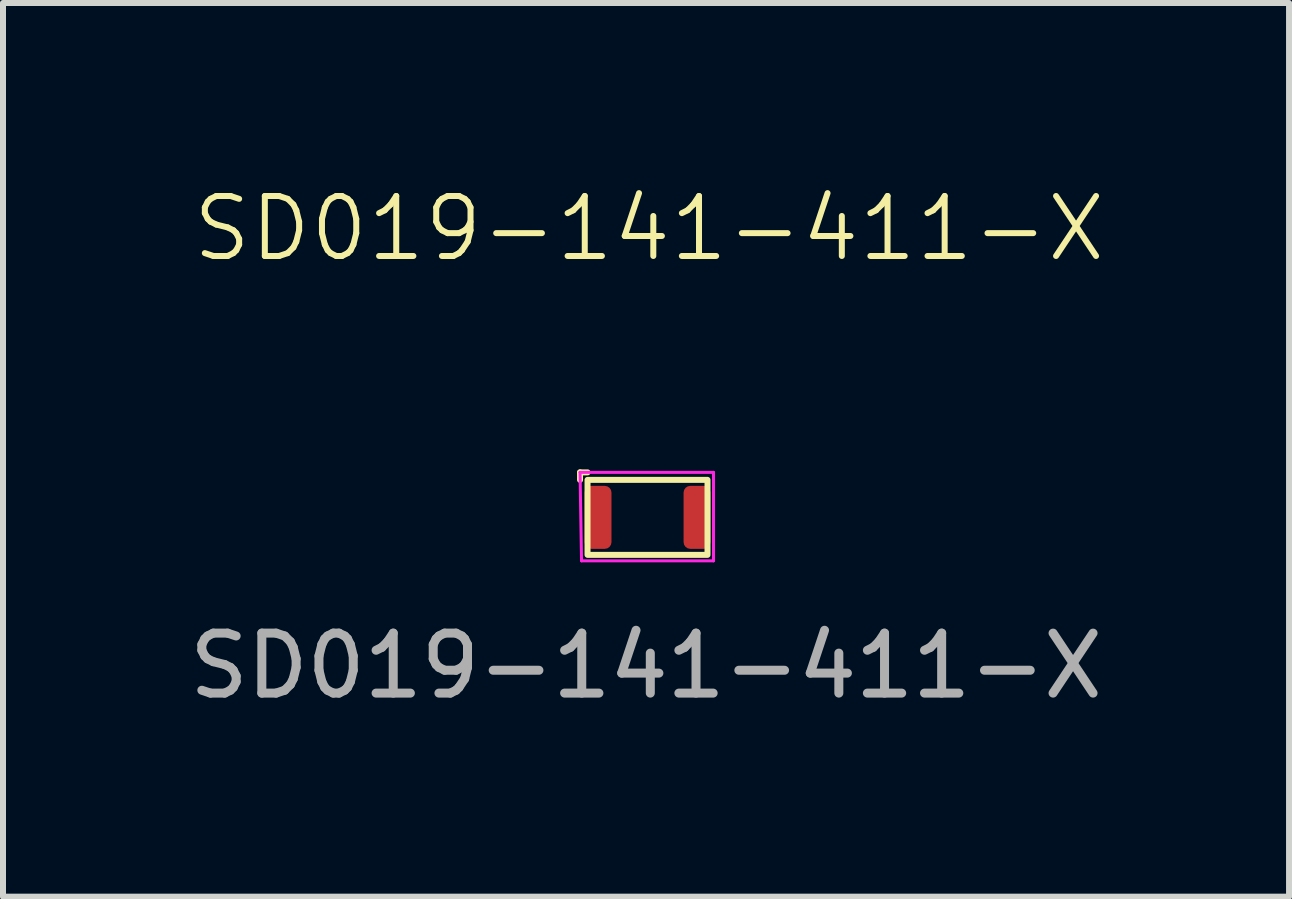
<source format=kicad_pcb>
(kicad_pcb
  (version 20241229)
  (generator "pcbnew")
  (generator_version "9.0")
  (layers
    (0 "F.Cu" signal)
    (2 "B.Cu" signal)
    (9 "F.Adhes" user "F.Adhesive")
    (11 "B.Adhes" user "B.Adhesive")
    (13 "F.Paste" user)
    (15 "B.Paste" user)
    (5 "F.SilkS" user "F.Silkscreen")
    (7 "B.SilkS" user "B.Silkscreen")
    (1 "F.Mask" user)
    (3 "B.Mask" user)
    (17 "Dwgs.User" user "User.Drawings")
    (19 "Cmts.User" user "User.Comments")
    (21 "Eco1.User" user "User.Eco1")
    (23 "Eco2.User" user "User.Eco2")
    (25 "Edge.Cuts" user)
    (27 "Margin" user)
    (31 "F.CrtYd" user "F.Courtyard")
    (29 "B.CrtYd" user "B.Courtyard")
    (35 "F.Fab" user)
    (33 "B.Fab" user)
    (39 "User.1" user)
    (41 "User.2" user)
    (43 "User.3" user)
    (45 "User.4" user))
  (footprint "SD019-141-411-X"
    (layer "F.Cu")
    (at 7.745 5.575)
    (property "Reference" "SD019-141-411-X" (at 0.025 -4.815 0) (unlocked yes) (layer "F.SilkS") (effects (font (size 1 1) (thickness 0.1))))
    (attr smd)
    (fp_line (start -1.125 -0.75) (end -1.125 -0.625) (stroke (width 0.1) (type default)) (layer "F.SilkS"))
    (fp_line (start -1 -0.75) (end -1.125 -0.75) (stroke (width 0.1) (type default)) (layer "F.SilkS"))
    (fp_rect (start -1 -0.625) (end 1 0.625) (stroke (width 0.1) (type default)) (fill no) (layer "F.SilkS"))
    (fp_line (start -1.125 -0.75) (end 1.1 -0.75) (stroke (width 0.05) (type default)) (layer "F.CrtYd"))
    (fp_line (start -1.1 0.725) (end -1.125 -0.75) (stroke (width 0.05) (type default)) (layer "F.CrtYd"))
    (fp_line (start 1.1 -0.75) (end 1.1 0.725) (stroke (width 0.05) (type default)) (layer "F.CrtYd"))
    (fp_line (start 1.1 0.725) (end -1.1 0.725) (stroke (width 0.05) (type default)) (layer "F.CrtYd"))
    (fp_text user "${REFERENCE}" (at -0.025 2.475 0) (unlocked yes) (layer "F.Fab") (effects (font (size 1 1) (thickness 0.15))))
    (pad "1" smd roundrect (at -0.825 0) (size 0.448 1.05) (layers "F.Cu" "F.Mask" "F.Paste") (roundrect_rratio 0.25))
    (pad "2" smd roundrect (at 0.825 0) (size 0.448 1.05) (layers "F.Cu" "F.Mask" "F.Paste") (roundrect_rratio 0.25)))
  (gr_rect
    (start -3 -3)
    (end 18.44 11.899)
    (stroke (width 0.1) (type default))
    (fill no)
    (layer "Edge.Cuts")))
</source>
